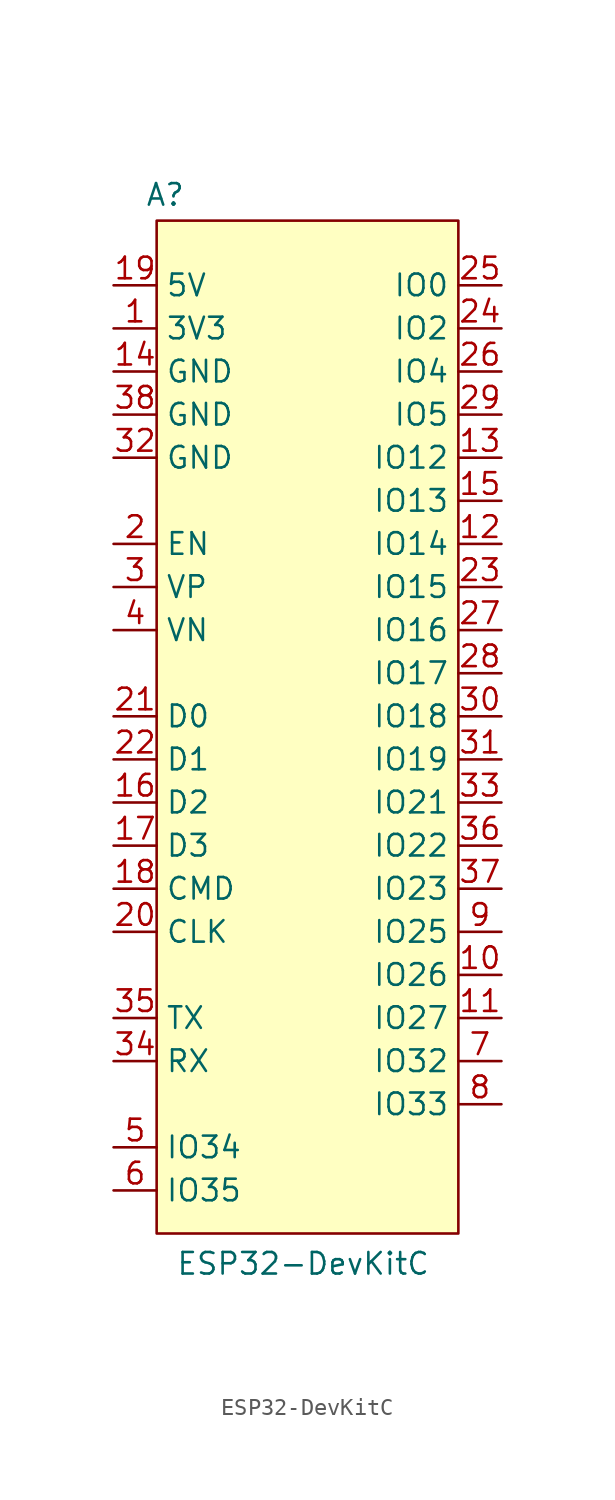
<source format=kicad_sym>
(kicad_symbol_lib
  (version 20231120)
  (generator "kicad_symbol_editor")
  (generator_version "8.0")
  (symbol "ESP32-DevKitC"
    (property "Reference" "A"
      (at -8.382 26.924 0)
      (effects (font (size 1.27 1.27))))
    (property "Value" "ESP32-DevKitC"
      (at -0.254 -36.068 0)
      (effects (font (size 1.27 1.27))))
    (symbol "ESP32-DevKitC_1_1"
      (rectangle (start -8.89 25.4) (end 8.89 -34.29) (stroke (width 0) (type default)) (fill (type background)))
      (pin power_out line (at -11.43 19.05 0) (length 2.54) (name "3V3" (effects (font (size 1.27 1.27)))) (number "1" (effects (font (size 1.27 1.27)))))
      (pin bidirectional line (at 11.43 -19.05 180) (length 2.54) (name "IO26" (effects (font (size 1.27 1.27)))) (number "10" (effects (font (size 1.27 1.27)))))
      (pin bidirectional line (at 11.43 -21.59 180) (length 2.54) (name "IO27" (effects (font (size 1.27 1.27)))) (number "11" (effects (font (size 1.27 1.27)))))
      (pin bidirectional line (at 11.43 6.35 180) (length 2.54) (name "IO14" (effects (font (size 1.27 1.27)))) (number "12" (effects (font (size 1.27 1.27)))))
      (pin bidirectional line (at 11.43 11.43 180) (length 2.54) (name "IO12" (effects (font (size 1.27 1.27)))) (number "13" (effects (font (size 1.27 1.27)))))
      (pin power_in line (at -11.43 16.51 0) (length 2.54) (name "GND" (effects (font (size 1.27 1.27)))) (number "14" (effects (font (size 1.27 1.27)))))
      (pin bidirectional line (at 11.43 8.89 180) (length 2.54) (name "IO13" (effects (font (size 1.27 1.27)))) (number "15" (effects (font (size 1.27 1.27)))))
      (pin bidirectional line (at -11.43 -8.89 0) (length 2.54) (name "D2" (effects (font (size 1.27 1.27)))) (number "16" (effects (font (size 1.27 1.27)))))
      (pin bidirectional line (at -11.43 -11.43 0) (length 2.54) (name "D3" (effects (font (size 1.27 1.27)))) (number "17" (effects (font (size 1.27 1.27)))))
      (pin bidirectional line (at -11.43 -13.97 0) (length 2.54) (name "CMD" (effects (font (size 1.27 1.27)))) (number "18" (effects (font (size 1.27 1.27)))))
      (pin power_out line (at -11.43 21.59 0) (length 2.54) (name "5V" (effects (font (size 1.27 1.27)))) (number "19" (effects (font (size 1.27 1.27)))))
      (pin input line (at -11.43 6.35 0) (length 2.54) (name "EN" (effects (font (size 1.27 1.27)))) (number "2" (effects (font (size 1.27 1.27)))))
      (pin bidirectional line (at -11.43 -16.51 0) (length 2.54) (name "CLK" (effects (font (size 1.27 1.27)))) (number "20" (effects (font (size 1.27 1.27)))))
      (pin bidirectional line (at -11.43 -3.81 0) (length 2.54) (name "D0" (effects (font (size 1.27 1.27)))) (number "21" (effects (font (size 1.27 1.27)))))
      (pin bidirectional line (at -11.43 -6.35 0) (length 2.54) (name "D1" (effects (font (size 1.27 1.27)))) (number "22" (effects (font (size 1.27 1.27)))))
      (pin bidirectional line (at 11.43 3.81 180) (length 2.54) (name "IO15" (effects (font (size 1.27 1.27)))) (number "23" (effects (font (size 1.27 1.27)))))
      (pin bidirectional line (at 11.43 19.05 180) (length 2.54) (name "IO2" (effects (font (size 1.27 1.27)))) (number "24" (effects (font (size 1.27 1.27)))))
      (pin bidirectional line (at 11.43 21.59 180) (length 2.54) (name "IO0" (effects (font (size 1.27 1.27)))) (number "25" (effects (font (size 1.27 1.27)))))
      (pin bidirectional line (at 11.43 16.51 180) (length 2.54) (name "IO4" (effects (font (size 1.27 1.27)))) (number "26" (effects (font (size 1.27 1.27)))))
      (pin bidirectional line (at 11.43 1.27 180) (length 2.54) (name "IO16" (effects (font (size 1.27 1.27)))) (number "27" (effects (font (size 1.27 1.27)))))
      (pin bidirectional line (at 11.43 -1.27 180) (length 2.54) (name "IO17" (effects (font (size 1.27 1.27)))) (number "28" (effects (font (size 1.27 1.27)))))
      (pin bidirectional line (at 11.43 13.97 180) (length 2.54) (name "IO5" (effects (font (size 1.27 1.27)))) (number "29" (effects (font (size 1.27 1.27)))))
      (pin input line (at -11.43 3.81 0) (length 2.54) (name "VP" (effects (font (size 1.27 1.27)))) (number "3" (effects (font (size 1.27 1.27)))))
      (pin bidirectional line (at 11.43 -3.81 180) (length 2.54) (name "IO18" (effects (font (size 1.27 1.27)))) (number "30" (effects (font (size 1.27 1.27)))))
      (pin bidirectional line (at 11.43 -6.35 180) (length 2.54) (name "IO19" (effects (font (size 1.27 1.27)))) (number "31" (effects (font (size 1.27 1.27)))))
      (pin power_in line (at -11.43 11.43 0) (length 2.54) (name "GND" (effects (font (size 1.27 1.27)))) (number "32" (effects (font (size 1.27 1.27)))))
      (pin bidirectional line (at 11.43 -8.89 180) (length 2.54) (name "IO21" (effects (font (size 1.27 1.27)))) (number "33" (effects (font (size 1.27 1.27)))))
      (pin bidirectional line (at -11.43 -24.13 0) (length 2.54) (name "RX" (effects (font (size 1.27 1.27)))) (number "34" (effects (font (size 1.27 1.27)))))
      (pin bidirectional line (at -11.43 -21.59 0) (length 2.54) (name "TX" (effects (font (size 1.27 1.27)))) (number "35" (effects (font (size 1.27 1.27)))))
      (pin bidirectional line (at 11.43 -11.43 180) (length 2.54) (name "IO22" (effects (font (size 1.27 1.27)))) (number "36" (effects (font (size 1.27 1.27)))))
      (pin bidirectional line (at 11.43 -13.97 180) (length 2.54) (name "IO23" (effects (font (size 1.27 1.27)))) (number "37" (effects (font (size 1.27 1.27)))))
      (pin power_in line (at -11.43 13.97 0) (length 2.54) (name "GND" (effects (font (size 1.27 1.27)))) (number "38" (effects (font (size 1.27 1.27)))))
      (pin input line (at -11.43 1.27 0) (length 2.54) (name "VN" (effects (font (size 1.27 1.27)))) (number "4" (effects (font (size 1.27 1.27)))))
      (pin input line (at -11.43 -29.21 0) (length 2.54) (name "IO34" (effects (font (size 1.27 1.27)))) (number "5" (effects (font (size 1.27 1.27)))))
      (pin input line (at -11.43 -31.75 0) (length 2.54) (name "IO35" (effects (font (size 1.27 1.27)))) (number "6" (effects (font (size 1.27 1.27)))))
      (pin bidirectional line (at 11.43 -24.13 180) (length 2.54) (name "IO32" (effects (font (size 1.27 1.27)))) (number "7" (effects (font (size 1.27 1.27)))))
      (pin bidirectional line (at 11.43 -26.67 180) (length 2.54) (name "IO33" (effects (font (size 1.27 1.27)))) (number "8" (effects (font (size 1.27 1.27)))))
      (pin bidirectional line (at 11.43 -16.51 180) (length 2.54) (name "IO25" (effects (font (size 1.27 1.27)))) (number "9" (effects (font (size 1.27 1.27))))))))
</source>
